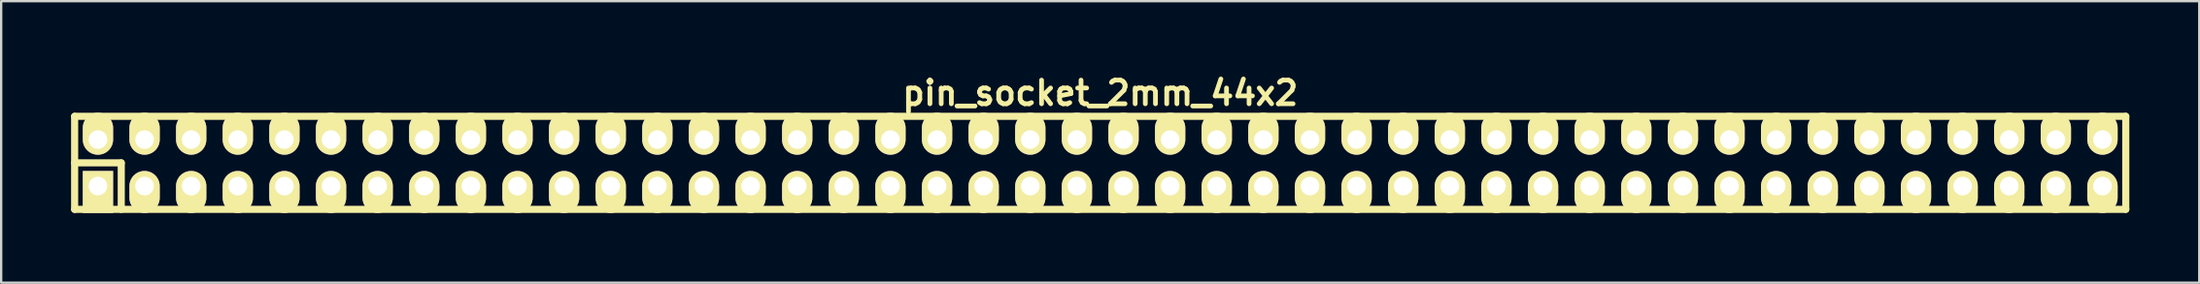
<source format=kicad_pcb>
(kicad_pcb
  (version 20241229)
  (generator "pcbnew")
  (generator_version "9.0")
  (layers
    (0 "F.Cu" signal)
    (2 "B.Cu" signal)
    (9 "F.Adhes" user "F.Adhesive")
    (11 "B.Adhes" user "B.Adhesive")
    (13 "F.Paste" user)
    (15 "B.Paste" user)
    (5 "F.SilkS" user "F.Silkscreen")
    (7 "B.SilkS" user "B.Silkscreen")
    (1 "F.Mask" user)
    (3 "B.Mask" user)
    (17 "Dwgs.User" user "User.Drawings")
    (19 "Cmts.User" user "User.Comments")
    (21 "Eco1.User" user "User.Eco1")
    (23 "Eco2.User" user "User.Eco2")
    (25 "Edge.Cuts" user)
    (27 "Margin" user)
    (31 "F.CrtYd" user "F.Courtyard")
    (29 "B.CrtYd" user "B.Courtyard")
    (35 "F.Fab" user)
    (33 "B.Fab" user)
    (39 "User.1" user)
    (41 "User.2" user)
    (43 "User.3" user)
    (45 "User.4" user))
  (footprint "pin_socket_2mm_44x2"
    (layer "F.Cu")
    (at 44.152 3.951)
    (property "Reference" "pin_socket_2mm_44x2" (at 0 -3 0) (layer "F.SilkS") (effects (font (size 1.016 1.016) (thickness 0.203))))
    (attr through_hole)
    (fp_line (start -44 -2) (end 44 -2) (stroke (width 0.305) (type solid)) (layer "F.SilkS"))
    (fp_line (start -44 0) (end -42 0) (stroke (width 0.305) (type solid)) (layer "F.SilkS"))
    (fp_line (start -44 2) (end -44 -2) (stroke (width 0.305) (type solid)) (layer "F.SilkS"))
    (fp_line (start -42 0) (end -42 2) (stroke (width 0.305) (type solid)) (layer "F.SilkS"))
    (fp_line (start 44 -2) (end 44 2) (stroke (width 0.305) (type solid)) (layer "F.SilkS"))
    (fp_line (start 44 2) (end -44 2) (stroke (width 0.305) (type solid)) (layer "F.SilkS"))
    (pad "1" thru_hole rect (at -43 1) (size 1.3 1.8) (drill 0.8 (offset 0 0.25)) (layers "*.Cu" "*.Mask" "F.SilkS"))
    (pad "2" thru_hole oval (at -43 -1) (size 1.3 1.8) (drill 0.8 (offset 0 -0.25)) (layers "*.Cu" "*.Mask" "F.SilkS"))
    (pad "3" thru_hole oval (at -41 1) (size 1.3 1.8) (drill 0.8 (offset 0 0.25)) (layers "*.Cu" "*.Mask" "F.SilkS"))
    (pad "4" thru_hole oval (at -41 -1) (size 1.3 1.8) (drill 0.8 (offset 0 -0.25)) (layers "*.Cu" "*.Mask" "F.SilkS"))
    (pad "5" thru_hole oval (at -39 1) (size 1.3 1.8) (drill 0.8 (offset 0 0.25)) (layers "*.Cu" "*.Mask" "F.SilkS"))
    (pad "6" thru_hole oval (at -39 -1) (size 1.3 1.8) (drill 0.8 (offset 0 -0.25)) (layers "*.Cu" "*.Mask" "F.SilkS"))
    (pad "7" thru_hole oval (at -37 1) (size 1.3 1.8) (drill 0.8 (offset 0 0.25)) (layers "*.Cu" "*.Mask" "F.SilkS"))
    (pad "8" thru_hole oval (at -37 -1) (size 1.3 1.8) (drill 0.8 (offset 0 -0.25)) (layers "*.Cu" "*.Mask" "F.SilkS"))
    (pad "9" thru_hole oval (at -35 1) (size 1.3 1.8) (drill 0.8 (offset 0 0.25)) (layers "*.Cu" "*.Mask" "F.SilkS"))
    (pad "10" thru_hole oval (at -35 -1) (size 1.3 1.8) (drill 0.8 (offset 0 -0.25)) (layers "*.Cu" "*.Mask" "F.SilkS"))
    (pad "11" thru_hole oval (at -33 1) (size 1.3 1.8) (drill 0.8 (offset 0 0.25)) (layers "*.Cu" "*.Mask" "F.SilkS"))
    (pad "12" thru_hole oval (at -33 -1) (size 1.3 1.8) (drill 0.8 (offset 0 -0.25)) (layers "*.Cu" "*.Mask" "F.SilkS"))
    (pad "13" thru_hole oval (at -31 1) (size 1.3 1.8) (drill 0.8 (offset 0 0.25)) (layers "*.Cu" "*.Mask" "F.SilkS"))
    (pad "14" thru_hole oval (at -31 -1) (size 1.3 1.8) (drill 0.8 (offset 0 -0.25)) (layers "*.Cu" "*.Mask" "F.SilkS"))
    (pad "15" thru_hole oval (at -29 1) (size 1.3 1.8) (drill 0.8 (offset 0 0.25)) (layers "*.Cu" "*.Mask" "F.SilkS"))
    (pad "16" thru_hole oval (at -29 -1) (size 1.3 1.8) (drill 0.8 (offset 0 -0.25)) (layers "*.Cu" "*.Mask" "F.SilkS"))
    (pad "17" thru_hole oval (at -27 1) (size 1.3 1.8) (drill 0.8 (offset 0 0.25)) (layers "*.Cu" "*.Mask" "F.SilkS"))
    (pad "18" thru_hole oval (at -27 -1) (size 1.3 1.8) (drill 0.8 (offset 0 -0.25)) (layers "*.Cu" "*.Mask" "F.SilkS"))
    (pad "19" thru_hole oval (at -25 1) (size 1.3 1.8) (drill 0.8 (offset 0 0.25)) (layers "*.Cu" "*.Mask" "F.SilkS"))
    (pad "20" thru_hole oval (at -25 -1) (size 1.3 1.8) (drill 0.8 (offset 0 -0.25)) (layers "*.Cu" "*.Mask" "F.SilkS"))
    (pad "21" thru_hole oval (at -23 1) (size 1.3 1.8) (drill 0.8 (offset 0 0.25)) (layers "*.Cu" "*.Mask" "F.SilkS"))
    (pad "22" thru_hole oval (at -23 -1) (size 1.3 1.8) (drill 0.8 (offset 0 -0.25)) (layers "*.Cu" "*.Mask" "F.SilkS"))
    (pad "23" thru_hole oval (at -21 1) (size 1.3 1.8) (drill 0.8 (offset 0 0.25)) (layers "*.Cu" "*.Mask" "F.SilkS"))
    (pad "24" thru_hole oval (at -21 -1) (size 1.3 1.8) (drill 0.8 (offset 0 -0.25)) (layers "*.Cu" "*.Mask" "F.SilkS"))
    (pad "25" thru_hole oval (at -19 1) (size 1.3 1.8) (drill 0.8 (offset 0 0.25)) (layers "*.Cu" "*.Mask" "F.SilkS"))
    (pad "26" thru_hole oval (at -19 -1) (size 1.3 1.8) (drill 0.8 (offset 0 -0.25)) (layers "*.Cu" "*.Mask" "F.SilkS"))
    (pad "27" thru_hole oval (at -17 1) (size 1.3 1.8) (drill 0.8 (offset 0 0.25)) (layers "*.Cu" "*.Mask" "F.SilkS"))
    (pad "28" thru_hole oval (at -17 -1) (size 1.3 1.8) (drill 0.8 (offset 0 -0.25)) (layers "*.Cu" "*.Mask" "F.SilkS"))
    (pad "29" thru_hole oval (at -15 1) (size 1.3 1.8) (drill 0.8 (offset 0 0.25)) (layers "*.Cu" "*.Mask" "F.SilkS"))
    (pad "30" thru_hole oval (at -15 -1) (size 1.3 1.8) (drill 0.8 (offset 0 -0.25)) (layers "*.Cu" "*.Mask" "F.SilkS"))
    (pad "31" thru_hole oval (at -13 1) (size 1.3 1.8) (drill 0.8 (offset 0 0.25)) (layers "*.Cu" "*.Mask" "F.SilkS"))
    (pad "32" thru_hole oval (at -13 -1) (size 1.3 1.8) (drill 0.8 (offset 0 -0.25)) (layers "*.Cu" "*.Mask" "F.SilkS"))
    (pad "33" thru_hole oval (at -11 1) (size 1.3 1.8) (drill 0.8 (offset 0 0.25)) (layers "*.Cu" "*.Mask" "F.SilkS"))
    (pad "34" thru_hole oval (at -11 -1) (size 1.3 1.8) (drill 0.8 (offset 0 -0.25)) (layers "*.Cu" "*.Mask" "F.SilkS"))
    (pad "35" thru_hole oval (at -9 1) (size 1.3 1.8) (drill 0.8 (offset 0 0.25)) (layers "*.Cu" "*.Mask" "F.SilkS"))
    (pad "36" thru_hole oval (at -9 -1) (size 1.3 1.8) (drill 0.8 (offset 0 -0.25)) (layers "*.Cu" "*.Mask" "F.SilkS"))
    (pad "37" thru_hole oval (at -7 1) (size 1.3 1.8) (drill 0.8 (offset 0 0.25)) (layers "*.Cu" "*.Mask" "F.SilkS"))
    (pad "38" thru_hole oval (at -7 -1) (size 1.3 1.8) (drill 0.8 (offset 0 -0.25)) (layers "*.Cu" "*.Mask" "F.SilkS"))
    (pad "39" thru_hole oval (at -5 1) (size 1.3 1.8) (drill 0.8 (offset 0 0.25)) (layers "*.Cu" "*.Mask" "F.SilkS"))
    (pad "40" thru_hole oval (at -5 -1) (size 1.3 1.8) (drill 0.8 (offset 0 -0.25)) (layers "*.Cu" "*.Mask" "F.SilkS"))
    (pad "41" thru_hole oval (at -3 1) (size 1.3 1.8) (drill 0.8 (offset 0 0.25)) (layers "*.Cu" "*.Mask" "F.SilkS"))
    (pad "42" thru_hole oval (at -3 -1) (size 1.3 1.8) (drill 0.8 (offset 0 -0.25)) (layers "*.Cu" "*.Mask" "F.SilkS"))
    (pad "43" thru_hole oval (at -1 1) (size 1.3 1.8) (drill 0.8 (offset 0 0.25)) (layers "*.Cu" "*.Mask" "F.SilkS"))
    (pad "44" thru_hole oval (at -1 -1) (size 1.3 1.8) (drill 0.8 (offset 0 -0.25)) (layers "*.Cu" "*.Mask" "F.SilkS"))
    (pad "45" thru_hole oval (at 1 1) (size 1.3 1.8) (drill 0.8 (offset 0 0.25)) (layers "*.Cu" "*.Mask" "F.SilkS"))
    (pad "46" thru_hole oval (at 1 -1) (size 1.3 1.8) (drill 0.8 (offset 0 -0.25)) (layers "*.Cu" "*.Mask" "F.SilkS"))
    (pad "47" thru_hole oval (at 3 1) (size 1.3 1.8) (drill 0.8 (offset 0 0.25)) (layers "*.Cu" "*.Mask" "F.SilkS"))
    (pad "48" thru_hole oval (at 3 -1) (size 1.3 1.8) (drill 0.8 (offset 0 -0.25)) (layers "*.Cu" "*.Mask" "F.SilkS"))
    (pad "49" thru_hole oval (at 5 1) (size 1.3 1.8) (drill 0.8 (offset 0 0.25)) (layers "*.Cu" "*.Mask" "F.SilkS"))
    (pad "50" thru_hole oval (at 5 -1) (size 1.3 1.8) (drill 0.8 (offset 0 -0.25)) (layers "*.Cu" "*.Mask" "F.SilkS"))
    (pad "51" thru_hole oval (at 7 1) (size 1.3 1.8) (drill 0.8 (offset 0 0.25)) (layers "*.Cu" "*.Mask" "F.SilkS"))
    (pad "52" thru_hole oval (at 7 -1) (size 1.3 1.8) (drill 0.8 (offset 0 -0.25)) (layers "*.Cu" "*.Mask" "F.SilkS"))
    (pad "53" thru_hole oval (at 9 1) (size 1.3 1.8) (drill 0.8 (offset 0 0.25)) (layers "*.Cu" "*.Mask" "F.SilkS"))
    (pad "54" thru_hole oval (at 9 -1) (size 1.3 1.8) (drill 0.8 (offset 0 -0.25)) (layers "*.Cu" "*.Mask" "F.SilkS"))
    (pad "55" thru_hole oval (at 11 1) (size 1.3 1.8) (drill 0.8 (offset 0 0.25)) (layers "*.Cu" "*.Mask" "F.SilkS"))
    (pad "56" thru_hole oval (at 11 -1) (size 1.3 1.8) (drill 0.8 (offset 0 -0.25)) (layers "*.Cu" "*.Mask" "F.SilkS"))
    (pad "57" thru_hole oval (at 13 1) (size 1.3 1.8) (drill 0.8 (offset 0 0.25)) (layers "*.Cu" "*.Mask" "F.SilkS"))
    (pad "58" thru_hole oval (at 13 -1) (size 1.3 1.8) (drill 0.8 (offset 0 -0.25)) (layers "*.Cu" "*.Mask" "F.SilkS"))
    (pad "59" thru_hole oval (at 15 1) (size 1.3 1.8) (drill 0.8 (offset 0 0.25)) (layers "*.Cu" "*.Mask" "F.SilkS"))
    (pad "60" thru_hole oval (at 15 -1) (size 1.3 1.8) (drill 0.8 (offset 0 -0.25)) (layers "*.Cu" "*.Mask" "F.SilkS"))
    (pad "61" thru_hole oval (at 17 1) (size 1.3 1.8) (drill 0.8 (offset 0 0.25)) (layers "*.Cu" "*.Mask" "F.SilkS"))
    (pad "62" thru_hole oval (at 17 -1) (size 1.3 1.8) (drill 0.8 (offset 0 -0.25)) (layers "*.Cu" "*.Mask" "F.SilkS"))
    (pad "63" thru_hole oval (at 19 1) (size 1.3 1.8) (drill 0.8 (offset 0 0.25)) (layers "*.Cu" "*.Mask" "F.SilkS"))
    (pad "64" thru_hole oval (at 19 -1) (size 1.3 1.8) (drill 0.8 (offset 0 -0.25)) (layers "*.Cu" "*.Mask" "F.SilkS"))
    (pad "65" thru_hole oval (at 21 1) (size 1.3 1.8) (drill 0.8 (offset 0 0.25)) (layers "*.Cu" "*.Mask" "F.SilkS"))
    (pad "66" thru_hole oval (at 21 -1) (size 1.3 1.8) (drill 0.8 (offset 0 -0.25)) (layers "*.Cu" "*.Mask" "F.SilkS"))
    (pad "67" thru_hole oval (at 23 1) (size 1.3 1.8) (drill 0.8 (offset 0 0.25)) (layers "*.Cu" "*.Mask" "F.SilkS"))
    (pad "68" thru_hole oval (at 23 -1) (size 1.3 1.8) (drill 0.8 (offset 0 -0.25)) (layers "*.Cu" "*.Mask" "F.SilkS"))
    (pad "69" thru_hole oval (at 25 1) (size 1.3 1.8) (drill 0.8 (offset 0 0.25)) (layers "*.Cu" "*.Mask" "F.SilkS"))
    (pad "70" thru_hole oval (at 25 -1) (size 1.3 1.8) (drill 0.8 (offset 0 -0.25)) (layers "*.Cu" "*.Mask" "F.SilkS"))
    (pad "71" thru_hole oval (at 27 1) (size 1.3 1.8) (drill 0.8 (offset 0 0.25)) (layers "*.Cu" "*.Mask" "F.SilkS"))
    (pad "72" thru_hole oval (at 27 -1) (size 1.3 1.8) (drill 0.8 (offset 0 -0.25)) (layers "*.Cu" "*.Mask" "F.SilkS"))
    (pad "73" thru_hole oval (at 29 1) (size 1.3 1.8) (drill 0.8 (offset 0 0.25)) (layers "*.Cu" "*.Mask" "F.SilkS"))
    (pad "74" thru_hole oval (at 29 -1) (size 1.3 1.8) (drill 0.8 (offset 0 -0.25)) (layers "*.Cu" "*.Mask" "F.SilkS"))
    (pad "75" thru_hole oval (at 31 1) (size 1.3 1.8) (drill 0.8 (offset 0 0.25)) (layers "*.Cu" "*.Mask" "F.SilkS"))
    (pad "76" thru_hole oval (at 31 -1) (size 1.3 1.8) (drill 0.8 (offset 0 -0.25)) (layers "*.Cu" "*.Mask" "F.SilkS"))
    (pad "77" thru_hole oval (at 33 1) (size 1.3 1.8) (drill 0.8 (offset 0 0.25)) (layers "*.Cu" "*.Mask" "F.SilkS"))
    (pad "78" thru_hole oval (at 33 -1) (size 1.3 1.8) (drill 0.8 (offset 0 -0.25)) (layers "*.Cu" "*.Mask" "F.SilkS"))
    (pad "79" thru_hole oval (at 35 1) (size 1.3 1.8) (drill 0.8 (offset 0 0.25)) (layers "*.Cu" "*.Mask" "F.SilkS"))
    (pad "80" thru_hole oval (at 35 -1) (size 1.3 1.8) (drill 0.8 (offset 0 -0.25)) (layers "*.Cu" "*.Mask" "F.SilkS"))
    (pad "81" thru_hole oval (at 37 1) (size 1.3 1.8) (drill 0.8 (offset 0 0.25)) (layers "*.Cu" "*.Mask" "F.SilkS"))
    (pad "82" thru_hole oval (at 37 -1) (size 1.3 1.8) (drill 0.8 (offset 0 -0.25)) (layers "*.Cu" "*.Mask" "F.SilkS"))
    (pad "83" thru_hole oval (at 39 1) (size 1.3 1.8) (drill 0.8 (offset 0 0.25)) (layers "*.Cu" "*.Mask" "F.SilkS"))
    (pad "84" thru_hole oval (at 39 -1) (size 1.3 1.8) (drill 0.8 (offset 0 -0.25)) (layers "*.Cu" "*.Mask" "F.SilkS"))
    (pad "85" thru_hole oval (at 41 1) (size 1.3 1.8) (drill 0.8 (offset 0 0.25)) (layers "*.Cu" "*.Mask" "F.SilkS"))
    (pad "86" thru_hole oval (at 41 -1) (size 1.3 1.8) (drill 0.8 (offset 0 -0.25)) (layers "*.Cu" "*.Mask" "F.SilkS"))
    (pad "87" thru_hole oval (at 43 1) (size 1.3 1.8) (drill 0.8 (offset 0 0.25)) (layers "*.Cu" "*.Mask" "F.SilkS"))
    (pad "88" thru_hole oval (at 43 -1) (size 1.3 1.8) (drill 0.8 (offset 0 -0.25)) (layers "*.Cu" "*.Mask" "F.SilkS")))
  (gr_rect
    (start -3 -3)
    (end 91.305 9.103)
    (stroke (width 0.1) (type default))
    (fill no)
    (layer "Edge.Cuts")))
</source>
